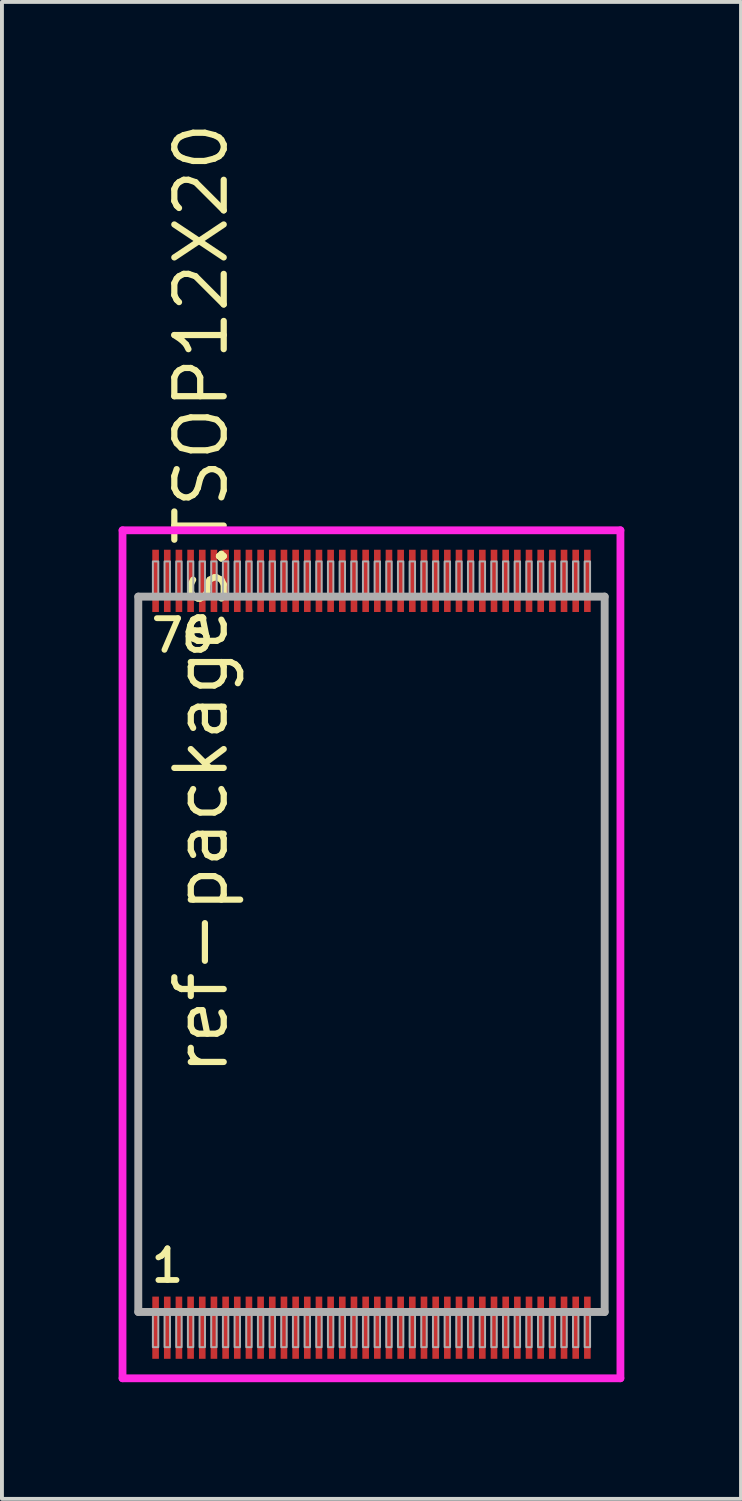
<source format=kicad_pcb>
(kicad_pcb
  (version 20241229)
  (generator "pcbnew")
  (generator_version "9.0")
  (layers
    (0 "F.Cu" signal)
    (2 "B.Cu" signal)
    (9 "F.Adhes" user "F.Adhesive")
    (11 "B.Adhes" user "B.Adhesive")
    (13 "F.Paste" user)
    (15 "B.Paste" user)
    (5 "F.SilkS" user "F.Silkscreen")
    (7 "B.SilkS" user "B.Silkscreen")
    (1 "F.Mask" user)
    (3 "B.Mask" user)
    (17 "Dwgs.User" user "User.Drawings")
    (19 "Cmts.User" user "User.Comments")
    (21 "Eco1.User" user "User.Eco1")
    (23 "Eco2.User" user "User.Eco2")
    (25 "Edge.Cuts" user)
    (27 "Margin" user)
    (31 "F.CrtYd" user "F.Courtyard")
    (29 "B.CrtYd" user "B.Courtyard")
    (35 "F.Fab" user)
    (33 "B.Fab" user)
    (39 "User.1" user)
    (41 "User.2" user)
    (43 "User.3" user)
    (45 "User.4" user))
  (footprint "ref-packages.TSOP12X20"
    (layer "F.Cu")
    (at 6.5 21.483)
    (property "Reference" "ref-packages.TSOP12X20" (at -3.635 3.175 90) (layer "F.SilkS") (effects (font (size 1.27 1.27) (thickness 0.16)) (justify left bottom)))
    (attr smd)
    (fp_line (start -6.4 -10.9) (end 6.4 -10.9) (stroke (width 0.2) (type default)) (layer "F.CrtYd"))
    (fp_line (start -6.4 10.9) (end -6.4 -10.9) (stroke (width 0.2) (type default)) (layer "F.CrtYd"))
    (fp_line (start 6.4 -10.9) (end 6.4 10.9) (stroke (width 0.2) (type default)) (layer "F.CrtYd"))
    (fp_line (start 6.4 10.9) (end -6.4 10.9) (stroke (width 0.2) (type default)) (layer "F.CrtYd"))
    (fp_line (start -5.995 -9.195) (end 5.995 -9.195) (stroke (width 0.203) (type default)) (layer "F.Fab"))
    (fp_line (start -5.995 9.195) (end -5.995 -9.195) (stroke (width 0.203) (type default)) (layer "F.Fab"))
    (fp_line (start 5.995 -9.195) (end 5.995 9.195) (stroke (width 0.203) (type default)) (layer "F.Fab"))
    (fp_line (start 5.995 9.195) (end -5.995 9.195) (stroke (width 0.203) (type default)) (layer "F.Fab"))
    (fp_rect (start -5.62 -9.25) (end -5.48 -10.1) (stroke (width 0.05) (type default)) (fill no) (layer "F.Fab"))
    (fp_rect (start -5.62 10.1) (end -5.48 9.25) (stroke (width 0.05) (type default)) (fill no) (layer "F.Fab"))
    (fp_rect (start -5.32 -9.25) (end -5.18 -10.1) (stroke (width 0.05) (type default)) (fill no) (layer "F.Fab"))
    (fp_rect (start -5.32 10.1) (end -5.18 9.25) (stroke (width 0.05) (type default)) (fill no) (layer "F.Fab"))
    (fp_rect (start -5.02 -9.25) (end -4.88 -10.1) (stroke (width 0.05) (type default)) (fill no) (layer "F.Fab"))
    (fp_rect (start -5.02 10.1) (end -4.88 9.25) (stroke (width 0.05) (type default)) (fill no) (layer "F.Fab"))
    (fp_rect (start -4.72 -9.25) (end -4.58 -10.1) (stroke (width 0.05) (type default)) (fill no) (layer "F.Fab"))
    (fp_rect (start -4.72 10.1) (end -4.58 9.25) (stroke (width 0.05) (type default)) (fill no) (layer "F.Fab"))
    (fp_rect (start -4.42 -9.25) (end -4.28 -10.1) (stroke (width 0.05) (type default)) (fill no) (layer "F.Fab"))
    (fp_rect (start -4.42 10.1) (end -4.28 9.25) (stroke (width 0.05) (type default)) (fill no) (layer "F.Fab"))
    (fp_rect (start -4.12 -9.25) (end -3.98 -10.1) (stroke (width 0.05) (type default)) (fill no) (layer "F.Fab"))
    (fp_rect (start -4.12 10.1) (end -3.98 9.25) (stroke (width 0.05) (type default)) (fill no) (layer "F.Fab"))
    (fp_rect (start -3.82 -9.25) (end -3.68 -10.1) (stroke (width 0.05) (type default)) (fill no) (layer "F.Fab"))
    (fp_rect (start -3.82 10.1) (end -3.68 9.25) (stroke (width 0.05) (type default)) (fill no) (layer "F.Fab"))
    (fp_rect (start -3.52 -9.25) (end -3.38 -10.1) (stroke (width 0.05) (type default)) (fill no) (layer "F.Fab"))
    (fp_rect (start -3.52 10.1) (end -3.38 9.25) (stroke (width 0.05) (type default)) (fill no) (layer "F.Fab"))
    (fp_rect (start -3.22 -9.25) (end -3.08 -10.1) (stroke (width 0.05) (type default)) (fill no) (layer "F.Fab"))
    (fp_rect (start -3.22 10.1) (end -3.08 9.25) (stroke (width 0.05) (type default)) (fill no) (layer "F.Fab"))
    (fp_rect (start -2.92 -9.25) (end -2.78 -10.1) (stroke (width 0.05) (type default)) (fill no) (layer "F.Fab"))
    (fp_rect (start -2.92 10.1) (end -2.78 9.25) (stroke (width 0.05) (type default)) (fill no) (layer "F.Fab"))
    (fp_rect (start -2.62 -9.25) (end -2.48 -10.1) (stroke (width 0.05) (type default)) (fill no) (layer "F.Fab"))
    (fp_rect (start -2.62 10.1) (end -2.48 9.25) (stroke (width 0.05) (type default)) (fill no) (layer "F.Fab"))
    (fp_rect (start -2.32 -9.25) (end -2.18 -10.1) (stroke (width 0.05) (type default)) (fill no) (layer "F.Fab"))
    (fp_rect (start -2.32 10.1) (end -2.18 9.25) (stroke (width 0.05) (type default)) (fill no) (layer "F.Fab"))
    (fp_rect (start -2.02 -9.25) (end -1.88 -10.1) (stroke (width 0.05) (type default)) (fill no) (layer "F.Fab"))
    (fp_rect (start -2.02 10.1) (end -1.88 9.25) (stroke (width 0.05) (type default)) (fill no) (layer "F.Fab"))
    (fp_rect (start -1.72 -9.25) (end -1.58 -10.1) (stroke (width 0.05) (type default)) (fill no) (layer "F.Fab"))
    (fp_rect (start -1.72 10.1) (end -1.58 9.25) (stroke (width 0.05) (type default)) (fill no) (layer "F.Fab"))
    (fp_rect (start -1.42 -9.25) (end -1.28 -10.1) (stroke (width 0.05) (type default)) (fill no) (layer "F.Fab"))
    (fp_rect (start -1.42 10.1) (end -1.28 9.25) (stroke (width 0.05) (type default)) (fill no) (layer "F.Fab"))
    (fp_rect (start -1.12 -9.25) (end -0.98 -10.1) (stroke (width 0.05) (type default)) (fill no) (layer "F.Fab"))
    (fp_rect (start -1.12 10.1) (end -0.98 9.25) (stroke (width 0.05) (type default)) (fill no) (layer "F.Fab"))
    (fp_rect (start -0.82 -9.25) (end -0.68 -10.1) (stroke (width 0.05) (type default)) (fill no) (layer "F.Fab"))
    (fp_rect (start -0.82 10.1) (end -0.68 9.25) (stroke (width 0.05) (type default)) (fill no) (layer "F.Fab"))
    (fp_rect (start -0.52 -9.25) (end -0.38 -10.1) (stroke (width 0.05) (type default)) (fill no) (layer "F.Fab"))
    (fp_rect (start -0.52 10.1) (end -0.38 9.25) (stroke (width 0.05) (type default)) (fill no) (layer "F.Fab"))
    (fp_rect (start -0.22 -9.25) (end -0.08 -10.1) (stroke (width 0.05) (type default)) (fill no) (layer "F.Fab"))
    (fp_rect (start -0.22 10.1) (end -0.08 9.25) (stroke (width 0.05) (type default)) (fill no) (layer "F.Fab"))
    (fp_rect (start 0.08 -9.25) (end 0.22 -10.1) (stroke (width 0.05) (type default)) (fill no) (layer "F.Fab"))
    (fp_rect (start 0.08 10.1) (end 0.22 9.25) (stroke (width 0.05) (type default)) (fill no) (layer "F.Fab"))
    (fp_rect (start 0.38 -9.25) (end 0.52 -10.1) (stroke (width 0.05) (type default)) (fill no) (layer "F.Fab"))
    (fp_rect (start 0.38 10.1) (end 0.52 9.25) (stroke (width 0.05) (type default)) (fill no) (layer "F.Fab"))
    (fp_rect (start 0.68 -9.25) (end 0.82 -10.1) (stroke (width 0.05) (type default)) (fill no) (layer "F.Fab"))
    (fp_rect (start 0.68 10.1) (end 0.82 9.25) (stroke (width 0.05) (type default)) (fill no) (layer "F.Fab"))
    (fp_rect (start 0.98 -9.25) (end 1.12 -10.1) (stroke (width 0.05) (type default)) (fill no) (layer "F.Fab"))
    (fp_rect (start 0.98 10.1) (end 1.12 9.25) (stroke (width 0.05) (type default)) (fill no) (layer "F.Fab"))
    (fp_rect (start 1.28 -9.25) (end 1.42 -10.1) (stroke (width 0.05) (type default)) (fill no) (layer "F.Fab"))
    (fp_rect (start 1.28 10.1) (end 1.42 9.25) (stroke (width 0.05) (type default)) (fill no) (layer "F.Fab"))
    (fp_rect (start 1.58 -9.25) (end 1.72 -10.1) (stroke (width 0.05) (type default)) (fill no) (layer "F.Fab"))
    (fp_rect (start 1.58 10.1) (end 1.72 9.25) (stroke (width 0.05) (type default)) (fill no) (layer "F.Fab"))
    (fp_rect (start 1.88 -9.25) (end 2.02 -10.1) (stroke (width 0.05) (type default)) (fill no) (layer "F.Fab"))
    (fp_rect (start 1.88 10.1) (end 2.02 9.25) (stroke (width 0.05) (type default)) (fill no) (layer "F.Fab"))
    (fp_rect (start 2.18 -9.25) (end 2.32 -10.1) (stroke (width 0.05) (type default)) (fill no) (layer "F.Fab"))
    (fp_rect (start 2.18 10.1) (end 2.32 9.25) (stroke (width 0.05) (type default)) (fill no) (layer "F.Fab"))
    (fp_rect (start 2.48 -9.25) (end 2.62 -10.1) (stroke (width 0.05) (type default)) (fill no) (layer "F.Fab"))
    (fp_rect (start 2.48 10.1) (end 2.62 9.25) (stroke (width 0.05) (type default)) (fill no) (layer "F.Fab"))
    (fp_rect (start 2.78 -9.25) (end 2.92 -10.1) (stroke (width 0.05) (type default)) (fill no) (layer "F.Fab"))
    (fp_rect (start 2.78 10.1) (end 2.92 9.25) (stroke (width 0.05) (type default)) (fill no) (layer "F.Fab"))
    (fp_rect (start 3.08 -9.25) (end 3.22 -10.1) (stroke (width 0.05) (type default)) (fill no) (layer "F.Fab"))
    (fp_rect (start 3.08 10.1) (end 3.22 9.25) (stroke (width 0.05) (type default)) (fill no) (layer "F.Fab"))
    (fp_rect (start 3.38 -9.25) (end 3.52 -10.1) (stroke (width 0.05) (type default)) (fill no) (layer "F.Fab"))
    (fp_rect (start 3.38 10.1) (end 3.52 9.25) (stroke (width 0.05) (type default)) (fill no) (layer "F.Fab"))
    (fp_rect (start 3.68 -9.25) (end 3.82 -10.1) (stroke (width 0.05) (type default)) (fill no) (layer "F.Fab"))
    (fp_rect (start 3.68 10.1) (end 3.82 9.25) (stroke (width 0.05) (type default)) (fill no) (layer "F.Fab"))
    (fp_rect (start 3.98 -9.25) (end 4.12 -10.1) (stroke (width 0.05) (type default)) (fill no) (layer "F.Fab"))
    (fp_rect (start 3.98 10.1) (end 4.12 9.25) (stroke (width 0.05) (type default)) (fill no) (layer "F.Fab"))
    (fp_rect (start 4.28 -9.25) (end 4.42 -10.1) (stroke (width 0.05) (type default)) (fill no) (layer "F.Fab"))
    (fp_rect (start 4.28 10.1) (end 4.42 9.25) (stroke (width 0.05) (type default)) (fill no) (layer "F.Fab"))
    (fp_rect (start 4.58 -9.25) (end 4.72 -10.1) (stroke (width 0.05) (type default)) (fill no) (layer "F.Fab"))
    (fp_rect (start 4.58 10.1) (end 4.72 9.25) (stroke (width 0.05) (type default)) (fill no) (layer "F.Fab"))
    (fp_rect (start 4.88 -9.25) (end 5.02 -10.1) (stroke (width 0.05) (type default)) (fill no) (layer "F.Fab"))
    (fp_rect (start 4.88 10.1) (end 5.02 9.25) (stroke (width 0.05) (type default)) (fill no) (layer "F.Fab"))
    (fp_rect (start 5.18 -9.25) (end 5.32 -10.1) (stroke (width 0.05) (type default)) (fill no) (layer "F.Fab"))
    (fp_rect (start 5.18 10.1) (end 5.32 9.25) (stroke (width 0.05) (type default)) (fill no) (layer "F.Fab"))
    (fp_rect (start 5.48 -9.25) (end 5.62 -10.1) (stroke (width 0.05) (type default)) (fill no) (layer "F.Fab"))
    (fp_rect (start 5.48 10.1) (end 5.62 9.25) (stroke (width 0.05) (type default)) (fill no) (layer "F.Fab"))
    (fp_text user "76" (at -5.731 -7.72 0) (layer "F.SilkS") (effects (font (size 0.813 0.813) (thickness 0.15)) (justify left bottom)))
    (fp_text user "1" (at -5.731 8.48 0) (layer "F.SilkS") (effects (font (size 0.813 0.813) (thickness 0.15)) (justify left bottom)))
    (pad "1" smd roundrect (at -5.55 9.6) (size 0.17 1.6) (layers "F.Cu" "F.Mask" "F.Paste") (roundrect_rratio 0.01))
    (pad "2" smd roundrect (at -5.25 9.6) (size 0.17 1.6) (layers "F.Cu" "F.Mask" "F.Paste") (roundrect_rratio 0.01))
    (pad "3" smd roundrect (at -4.95 9.6) (size 0.17 1.6) (layers "F.Cu" "F.Mask" "F.Paste") (roundrect_rratio 0.01))
    (pad "4" smd roundrect (at -4.65 9.6) (size 0.17 1.6) (layers "F.Cu" "F.Mask" "F.Paste") (roundrect_rratio 0.01))
    (pad "5" smd roundrect (at -4.35 9.6) (size 0.17 1.6) (layers "F.Cu" "F.Mask" "F.Paste") (roundrect_rratio 0.01))
    (pad "6" smd roundrect (at -4.05 9.6) (size 0.17 1.6) (layers "F.Cu" "F.Mask" "F.Paste") (roundrect_rratio 0.01))
    (pad "7" smd roundrect (at -3.75 9.6) (size 0.17 1.6) (layers "F.Cu" "F.Mask" "F.Paste") (roundrect_rratio 0.01))
    (pad "8" smd roundrect (at -3.45 9.6) (size 0.17 1.6) (layers "F.Cu" "F.Mask" "F.Paste") (roundrect_rratio 0.01))
    (pad "9" smd roundrect (at -3.15 9.6) (size 0.17 1.6) (layers "F.Cu" "F.Mask" "F.Paste") (roundrect_rratio 0.01))
    (pad "10" smd roundrect (at -2.85 9.6) (size 0.17 1.6) (layers "F.Cu" "F.Mask" "F.Paste") (roundrect_rratio 0.01))
    (pad "11" smd roundrect (at -2.55 9.6) (size 0.17 1.6) (layers "F.Cu" "F.Mask" "F.Paste") (roundrect_rratio 0.01))
    (pad "12" smd roundrect (at -2.25 9.6) (size 0.17 1.6) (layers "F.Cu" "F.Mask" "F.Paste") (roundrect_rratio 0.01))
    (pad "13" smd roundrect (at -1.95 9.6) (size 0.17 1.6) (layers "F.Cu" "F.Mask" "F.Paste") (roundrect_rratio 0.01))
    (pad "14" smd roundrect (at -1.65 9.6) (size 0.17 1.6) (layers "F.Cu" "F.Mask" "F.Paste") (roundrect_rratio 0.01))
    (pad "15" smd roundrect (at -1.35 9.6) (size 0.17 1.6) (layers "F.Cu" "F.Mask" "F.Paste") (roundrect_rratio 0.01))
    (pad "16" smd roundrect (at -1.05 9.6) (size 0.17 1.6) (layers "F.Cu" "F.Mask" "F.Paste") (roundrect_rratio 0.01))
    (pad "17" smd roundrect (at -0.75 9.6) (size 0.17 1.6) (layers "F.Cu" "F.Mask" "F.Paste") (roundrect_rratio 0.01))
    (pad "18" smd roundrect (at -0.45 9.6) (size 0.17 1.6) (layers "F.Cu" "F.Mask" "F.Paste") (roundrect_rratio 0.01))
    (pad "19" smd roundrect (at -0.15 9.6) (size 0.17 1.6) (layers "F.Cu" "F.Mask" "F.Paste") (roundrect_rratio 0.01))
    (pad "20" smd roundrect (at 0.15 9.6) (size 0.17 1.6) (layers "F.Cu" "F.Mask" "F.Paste") (roundrect_rratio 0.01))
    (pad "21" smd roundrect (at 0.45 9.6) (size 0.17 1.6) (layers "F.Cu" "F.Mask" "F.Paste") (roundrect_rratio 0.01))
    (pad "22" smd roundrect (at 0.75 9.6) (size 0.17 1.6) (layers "F.Cu" "F.Mask" "F.Paste") (roundrect_rratio 0.01))
    (pad "23" smd roundrect (at 1.05 9.6) (size 0.17 1.6) (layers "F.Cu" "F.Mask" "F.Paste") (roundrect_rratio 0.01))
    (pad "24" smd roundrect (at 1.35 9.6) (size 0.17 1.6) (layers "F.Cu" "F.Mask" "F.Paste") (roundrect_rratio 0.01))
    (pad "25" smd roundrect (at 1.65 9.6) (size 0.17 1.6) (layers "F.Cu" "F.Mask" "F.Paste") (roundrect_rratio 0.01))
    (pad "26" smd roundrect (at 1.95 9.6) (size 0.17 1.6) (layers "F.Cu" "F.Mask" "F.Paste") (roundrect_rratio 0.01))
    (pad "27" smd roundrect (at 2.25 9.6) (size 0.17 1.6) (layers "F.Cu" "F.Mask" "F.Paste") (roundrect_rratio 0.01))
    (pad "28" smd roundrect (at 2.55 9.6) (size 0.17 1.6) (layers "F.Cu" "F.Mask" "F.Paste") (roundrect_rratio 0.01))
    (pad "29" smd roundrect (at 2.85 9.6) (size 0.17 1.6) (layers "F.Cu" "F.Mask" "F.Paste") (roundrect_rratio 0.01))
    (pad "30" smd roundrect (at 3.15 9.6) (size 0.17 1.6) (layers "F.Cu" "F.Mask" "F.Paste") (roundrect_rratio 0.01))
    (pad "31" smd roundrect (at 3.45 9.6) (size 0.17 1.6) (layers "F.Cu" "F.Mask" "F.Paste") (roundrect_rratio 0.01))
    (pad "32" smd roundrect (at 3.75 9.6) (size 0.17 1.6) (layers "F.Cu" "F.Mask" "F.Paste") (roundrect_rratio 0.01))
    (pad "33" smd roundrect (at 4.05 9.6) (size 0.17 1.6) (layers "F.Cu" "F.Mask" "F.Paste") (roundrect_rratio 0.01))
    (pad "34" smd roundrect (at 4.35 9.6) (size 0.17 1.6) (layers "F.Cu" "F.Mask" "F.Paste") (roundrect_rratio 0.01))
    (pad "35" smd roundrect (at 4.65 9.6) (size 0.17 1.6) (layers "F.Cu" "F.Mask" "F.Paste") (roundrect_rratio 0.01))
    (pad "36" smd roundrect (at 4.95 9.6) (size 0.17 1.6) (layers "F.Cu" "F.Mask" "F.Paste") (roundrect_rratio 0.01))
    (pad "37" smd roundrect (at 5.25 9.6) (size 0.17 1.6) (layers "F.Cu" "F.Mask" "F.Paste") (roundrect_rratio 0.01))
    (pad "38" smd roundrect (at 5.55 9.6) (size 0.17 1.6) (layers "F.Cu" "F.Mask" "F.Paste") (roundrect_rratio 0.01))
    (pad "39" smd roundrect (at 5.55 -9.6) (size 0.17 1.6) (layers "F.Cu" "F.Mask" "F.Paste") (roundrect_rratio 0.01))
    (pad "40" smd roundrect (at 5.25 -9.6) (size 0.17 1.6) (layers "F.Cu" "F.Mask" "F.Paste") (roundrect_rratio 0.01))
    (pad "41" smd roundrect (at 4.95 -9.6) (size 0.17 1.6) (layers "F.Cu" "F.Mask" "F.Paste") (roundrect_rratio 0.01))
    (pad "42" smd roundrect (at 4.65 -9.6) (size 0.17 1.6) (layers "F.Cu" "F.Mask" "F.Paste") (roundrect_rratio 0.01))
    (pad "43" smd roundrect (at 4.35 -9.6) (size 0.17 1.6) (layers "F.Cu" "F.Mask" "F.Paste") (roundrect_rratio 0.01))
    (pad "44" smd roundrect (at 4.05 -9.6) (size 0.17 1.6) (layers "F.Cu" "F.Mask" "F.Paste") (roundrect_rratio 0.01))
    (pad "45" smd roundrect (at 3.75 -9.6) (size 0.17 1.6) (layers "F.Cu" "F.Mask" "F.Paste") (roundrect_rratio 0.01))
    (pad "46" smd roundrect (at 3.45 -9.6) (size 0.17 1.6) (layers "F.Cu" "F.Mask" "F.Paste") (roundrect_rratio 0.01))
    (pad "47" smd roundrect (at 3.15 -9.6) (size 0.17 1.6) (layers "F.Cu" "F.Mask" "F.Paste") (roundrect_rratio 0.01))
    (pad "48" smd roundrect (at 2.85 -9.6) (size 0.17 1.6) (layers "F.Cu" "F.Mask" "F.Paste") (roundrect_rratio 0.01))
    (pad "49" smd roundrect (at 2.55 -9.6) (size 0.17 1.6) (layers "F.Cu" "F.Mask" "F.Paste") (roundrect_rratio 0.01))
    (pad "50" smd roundrect (at 2.25 -9.6) (size 0.17 1.6) (layers "F.Cu" "F.Mask" "F.Paste") (roundrect_rratio 0.01))
    (pad "51" smd roundrect (at 1.95 -9.6) (size 0.17 1.6) (layers "F.Cu" "F.Mask" "F.Paste") (roundrect_rratio 0.01))
    (pad "52" smd roundrect (at 1.65 -9.6) (size 0.17 1.6) (layers "F.Cu" "F.Mask" "F.Paste") (roundrect_rratio 0.01))
    (pad "53" smd roundrect (at 1.35 -9.6) (size 0.17 1.6) (layers "F.Cu" "F.Mask" "F.Paste") (roundrect_rratio 0.01))
    (pad "54" smd roundrect (at 1.05 -9.6) (size 0.17 1.6) (layers "F.Cu" "F.Mask" "F.Paste") (roundrect_rratio 0.01))
    (pad "55" smd roundrect (at 0.75 -9.6) (size 0.17 1.6) (layers "F.Cu" "F.Mask" "F.Paste") (roundrect_rratio 0.01))
    (pad "56" smd roundrect (at 0.45 -9.6) (size 0.17 1.6) (layers "F.Cu" "F.Mask" "F.Paste") (roundrect_rratio 0.01))
    (pad "57" smd roundrect (at 0.15 -9.6) (size 0.17 1.6) (layers "F.Cu" "F.Mask" "F.Paste") (roundrect_rratio 0.01))
    (pad "58" smd roundrect (at -0.15 -9.6) (size 0.17 1.6) (layers "F.Cu" "F.Mask" "F.Paste") (roundrect_rratio 0.01))
    (pad "59" smd roundrect (at -0.45 -9.6) (size 0.17 1.6) (layers "F.Cu" "F.Mask" "F.Paste") (roundrect_rratio 0.01))
    (pad "60" smd roundrect (at -0.75 -9.6) (size 0.17 1.6) (layers "F.Cu" "F.Mask" "F.Paste") (roundrect_rratio 0.01))
    (pad "61" smd roundrect (at -1.05 -9.6) (size 0.17 1.6) (layers "F.Cu" "F.Mask" "F.Paste") (roundrect_rratio 0.01))
    (pad "62" smd roundrect (at -1.35 -9.6) (size 0.17 1.6) (layers "F.Cu" "F.Mask" "F.Paste") (roundrect_rratio 0.01))
    (pad "63" smd roundrect (at -1.65 -9.6) (size 0.17 1.6) (layers "F.Cu" "F.Mask" "F.Paste") (roundrect_rratio 0.01))
    (pad "64" smd roundrect (at -1.95 -9.6) (size 0.17 1.6) (layers "F.Cu" "F.Mask" "F.Paste") (roundrect_rratio 0.01))
    (pad "65" smd roundrect (at -2.25 -9.6) (size 0.17 1.6) (layers "F.Cu" "F.Mask" "F.Paste") (roundrect_rratio 0.01))
    (pad "66" smd roundrect (at -2.55 -9.6) (size 0.17 1.6) (layers "F.Cu" "F.Mask" "F.Paste") (roundrect_rratio 0.01))
    (pad "67" smd roundrect (at -2.85 -9.6) (size 0.17 1.6) (layers "F.Cu" "F.Mask" "F.Paste") (roundrect_rratio 0.01))
    (pad "68" smd roundrect (at -3.15 -9.6) (size 0.17 1.6) (layers "F.Cu" "F.Mask" "F.Paste") (roundrect_rratio 0.01))
    (pad "69" smd roundrect (at -3.45 -9.6) (size 0.17 1.6) (layers "F.Cu" "F.Mask" "F.Paste") (roundrect_rratio 0.01))
    (pad "70" smd roundrect (at -3.75 -9.6) (size 0.17 1.6) (layers "F.Cu" "F.Mask" "F.Paste") (roundrect_rratio 0.01))
    (pad "71" smd roundrect (at -4.05 -9.6) (size 0.17 1.6) (layers "F.Cu" "F.Mask" "F.Paste") (roundrect_rratio 0.01))
    (pad "72" smd roundrect (at -4.35 -9.6) (size 0.17 1.6) (layers "F.Cu" "F.Mask" "F.Paste") (roundrect_rratio 0.01))
    (pad "73" smd roundrect (at -4.65 -9.6) (size 0.17 1.6) (layers "F.Cu" "F.Mask" "F.Paste") (roundrect_rratio 0.01))
    (pad "74" smd roundrect (at -4.95 -9.6) (size 0.17 1.6) (layers "F.Cu" "F.Mask" "F.Paste") (roundrect_rratio 0.01))
    (pad "75" smd roundrect (at -5.25 -9.6) (size 0.17 1.6) (layers "F.Cu" "F.Mask" "F.Paste") (roundrect_rratio 0.01))
    (pad "76" smd roundrect (at -5.55 -9.6) (size 0.17 1.6) (layers "F.Cu" "F.Mask" "F.Paste") (roundrect_rratio 0.01)))
  (gr_rect
    (start -3 -3)
    (end 16 35.483)
    (stroke (width 0.1) (type default))
    (fill no)
    (layer "Edge.Cuts")))
</source>
